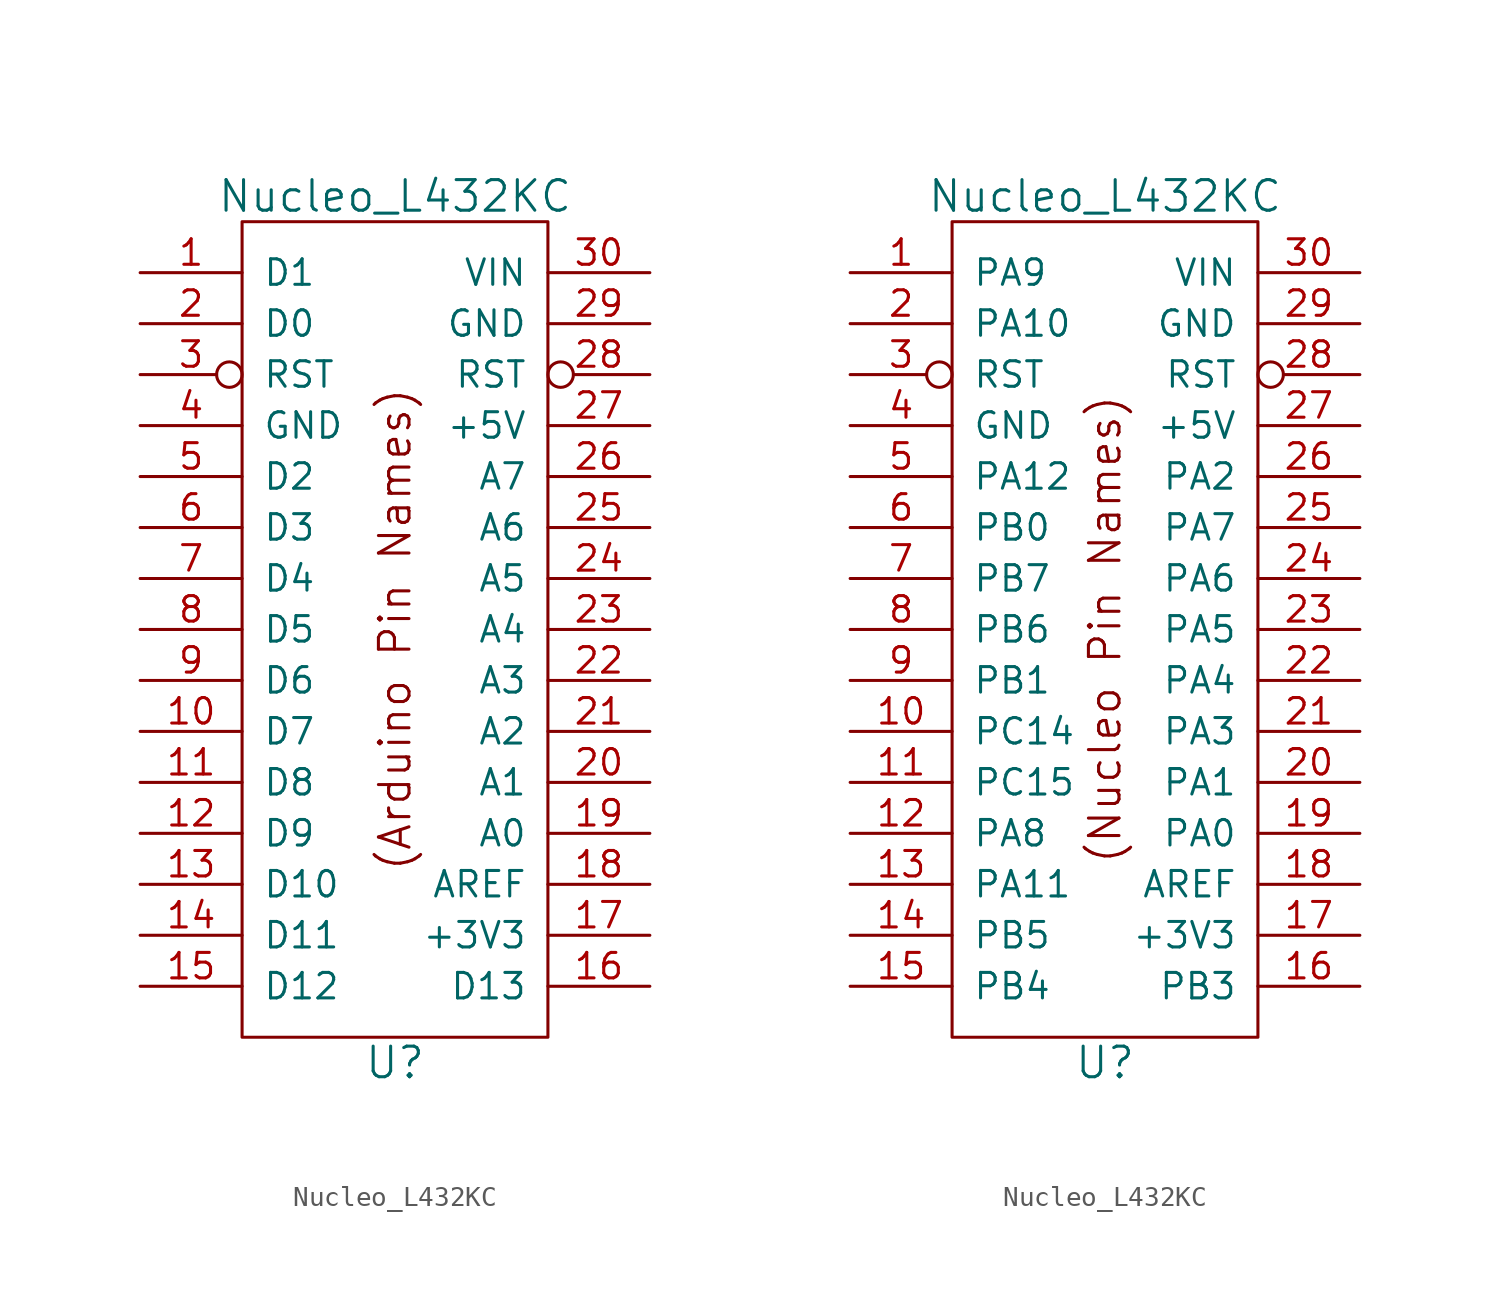
<source format=kicad_sym>
(kicad_symbol_lib
  (version 20220914)
  (generator kicad_symbol_editor)
  (symbol "Nucleo_L432KC"
    (pin_names
      (offset 1.016))
    (property "Reference" "U"
      (at 0 -21.59 0)
      (effects (font (size 1.524 1.524))))
    (property "Value" "Nucleo_L432KC"
      (at 0 21.59 0)
      (effects (font (size 1.524 1.524))))
    (symbol "Nucleo_L432KC_0_0"
      (rectangle (start -7.62 20.32) (end 7.62 -20.32) (stroke (width 0) (type solid)) (fill (type none))))
    (symbol "Nucleo_L432KC_0_1"
      (text "(Arduino Pin Names)" (at 0 0 900) (effects (font (size 1.524 1.524)))))
    (symbol "Nucleo_L432KC_0_2"
      (text "(Nucleo Pin Names)" (at 0 0 900) (effects (font (size 1.524 1.524)))))
    (symbol "Nucleo_L432KC_1_1"
      (pin bidirectional line (at -12.7 17.78 0) (length 5.08) (name "D1" (effects (font (size 1.27 1.27)))) (number "1" (effects (font (size 1.27 1.27)))))
      (pin bidirectional line (at -12.7 -5.08 0) (length 5.08) (name "D7" (effects (font (size 1.27 1.27)))) (number "10" (effects (font (size 1.27 1.27)))))
      (pin bidirectional line (at -12.7 -7.62 0) (length 5.08) (name "D8" (effects (font (size 1.27 1.27)))) (number "11" (effects (font (size 1.27 1.27)))))
      (pin bidirectional line (at -12.7 -10.16 0) (length 5.08) (name "D9" (effects (font (size 1.27 1.27)))) (number "12" (effects (font (size 1.27 1.27)))))
      (pin bidirectional line (at -12.7 -12.7 0) (length 5.08) (name "D10" (effects (font (size 1.27 1.27)))) (number "13" (effects (font (size 1.27 1.27)))))
      (pin bidirectional line (at -12.7 -15.24 0) (length 5.08) (name "D11" (effects (font (size 1.27 1.27)))) (number "14" (effects (font (size 1.27 1.27)))))
      (pin bidirectional line (at -12.7 -17.78 0) (length 5.08) (name "D12" (effects (font (size 1.27 1.27)))) (number "15" (effects (font (size 1.27 1.27)))))
      (pin bidirectional line (at 12.7 -17.78 180) (length 5.08) (name "D13" (effects (font (size 1.27 1.27)))) (number "16" (effects (font (size 1.27 1.27)))))
      (pin power_out line (at 12.7 -15.24 180) (length 5.08) (name "+3V3" (effects (font (size 1.27 1.27)))) (number "17" (effects (font (size 1.27 1.27)))))
      (pin input line (at 12.7 -12.7 180) (length 5.08) (name "AREF" (effects (font (size 1.27 1.27)))) (number "18" (effects (font (size 1.27 1.27)))))
      (pin bidirectional line (at 12.7 -10.16 180) (length 5.08) (name "A0" (effects (font (size 1.27 1.27)))) (number "19" (effects (font (size 1.27 1.27)))))
      (pin bidirectional line (at -12.7 15.24 0) (length 5.08) (name "D0" (effects (font (size 1.27 1.27)))) (number "2" (effects (font (size 1.27 1.27)))))
      (pin bidirectional line (at 12.7 -7.62 180) (length 5.08) (name "A1" (effects (font (size 1.27 1.27)))) (number "20" (effects (font (size 1.27 1.27)))))
      (pin bidirectional line (at 12.7 -5.08 180) (length 5.08) (name "A2" (effects (font (size 1.27 1.27)))) (number "21" (effects (font (size 1.27 1.27)))))
      (pin bidirectional line (at 12.7 -2.54 180) (length 5.08) (name "A3" (effects (font (size 1.27 1.27)))) (number "22" (effects (font (size 1.27 1.27)))))
      (pin bidirectional line (at 12.7 0 180) (length 5.08) (name "A4" (effects (font (size 1.27 1.27)))) (number "23" (effects (font (size 1.27 1.27)))))
      (pin bidirectional line (at 12.7 2.54 180) (length 5.08) (name "A5" (effects (font (size 1.27 1.27)))) (number "24" (effects (font (size 1.27 1.27)))))
      (pin bidirectional line (at 12.7 5.08 180) (length 5.08) (name "A6" (effects (font (size 1.27 1.27)))) (number "25" (effects (font (size 1.27 1.27)))))
      (pin bidirectional line (at 12.7 7.62 180) (length 5.08) (name "A7" (effects (font (size 1.27 1.27)))) (number "26" (effects (font (size 1.27 1.27)))))
      (pin power_out line (at 12.7 10.16 180) (length 5.08) (name "+5V" (effects (font (size 1.27 1.27)))) (number "27" (effects (font (size 1.27 1.27)))))
      (pin input inverted (at 12.7 12.7 180) (length 5.08) (name "RST" (effects (font (size 1.27 1.27)))) (number "28" (effects (font (size 1.27 1.27)))))
      (pin power_in line (at 12.7 15.24 180) (length 5.08) (name "GND" (effects (font (size 1.27 1.27)))) (number "29" (effects (font (size 1.27 1.27)))))
      (pin input inverted (at -12.7 12.7 0) (length 5.08) (name "RST" (effects (font (size 1.27 1.27)))) (number "3" (effects (font (size 1.27 1.27)))))
      (pin power_in line (at 12.7 17.78 180) (length 5.08) (name "VIN" (effects (font (size 1.27 1.27)))) (number "30" (effects (font (size 1.27 1.27)))))
      (pin power_in line (at -12.7 10.16 0) (length 5.08) (name "GND" (effects (font (size 1.27 1.27)))) (number "4" (effects (font (size 1.27 1.27)))))
      (pin bidirectional line (at -12.7 7.62 0) (length 5.08) (name "D2" (effects (font (size 1.27 1.27)))) (number "5" (effects (font (size 1.27 1.27)))))
      (pin bidirectional line (at -12.7 5.08 0) (length 5.08) (name "D3" (effects (font (size 1.27 1.27)))) (number "6" (effects (font (size 1.27 1.27)))))
      (pin bidirectional line (at -12.7 2.54 0) (length 5.08) (name "D4" (effects (font (size 1.27 1.27)))) (number "7" (effects (font (size 1.27 1.27)))))
      (pin bidirectional line (at -12.7 0 0) (length 5.08) (name "D5" (effects (font (size 1.27 1.27)))) (number "8" (effects (font (size 1.27 1.27)))))
      (pin bidirectional line (at -12.7 -2.54 0) (length 5.08) (name "D6" (effects (font (size 1.27 1.27)))) (number "9" (effects (font (size 1.27 1.27))))))
    (symbol "Nucleo_L432KC_1_2"
      (pin bidirectional line (at -12.7 17.78 0) (length 5.08) (name "PA9" (effects (font (size 1.27 1.27)))) (number "1" (effects (font (size 1.27 1.27)))))
      (pin bidirectional line (at -12.7 -5.08 0) (length 5.08) (name "PC14" (effects (font (size 1.27 1.27)))) (number "10" (effects (font (size 1.27 1.27)))))
      (pin bidirectional line (at -12.7 -7.62 0) (length 5.08) (name "PC15" (effects (font (size 1.27 1.27)))) (number "11" (effects (font (size 1.27 1.27)))))
      (pin bidirectional line (at -12.7 -10.16 0) (length 5.08) (name "PA8" (effects (font (size 1.27 1.27)))) (number "12" (effects (font (size 1.27 1.27)))))
      (pin bidirectional line (at -12.7 -12.7 0) (length 5.08) (name "PA11" (effects (font (size 1.27 1.27)))) (number "13" (effects (font (size 1.27 1.27)))))
      (pin bidirectional line (at -12.7 -15.24 0) (length 5.08) (name "PB5" (effects (font (size 1.27 1.27)))) (number "14" (effects (font (size 1.27 1.27)))))
      (pin bidirectional line (at -12.7 -17.78 0) (length 5.08) (name "PB4" (effects (font (size 1.27 1.27)))) (number "15" (effects (font (size 1.27 1.27)))))
      (pin bidirectional line (at 12.7 -17.78 180) (length 5.08) (name "PB3" (effects (font (size 1.27 1.27)))) (number "16" (effects (font (size 1.27 1.27)))))
      (pin power_out line (at 12.7 -15.24 180) (length 5.08) (name "+3V3" (effects (font (size 1.27 1.27)))) (number "17" (effects (font (size 1.27 1.27)))))
      (pin input line (at 12.7 -12.7 180) (length 5.08) (name "AREF" (effects (font (size 1.27 1.27)))) (number "18" (effects (font (size 1.27 1.27)))))
      (pin bidirectional line (at 12.7 -10.16 180) (length 5.08) (name "PA0" (effects (font (size 1.27 1.27)))) (number "19" (effects (font (size 1.27 1.27)))))
      (pin bidirectional line (at -12.7 15.24 0) (length 5.08) (name "PA10" (effects (font (size 1.27 1.27)))) (number "2" (effects (font (size 1.27 1.27)))))
      (pin bidirectional line (at 12.7 -7.62 180) (length 5.08) (name "PA1" (effects (font (size 1.27 1.27)))) (number "20" (effects (font (size 1.27 1.27)))))
      (pin bidirectional line (at 12.7 -5.08 180) (length 5.08) (name "PA3" (effects (font (size 1.27 1.27)))) (number "21" (effects (font (size 1.27 1.27)))))
      (pin bidirectional line (at 12.7 -2.54 180) (length 5.08) (name "PA4" (effects (font (size 1.27 1.27)))) (number "22" (effects (font (size 1.27 1.27)))))
      (pin bidirectional line (at 12.7 0 180) (length 5.08) (name "PA5" (effects (font (size 1.27 1.27)))) (number "23" (effects (font (size 1.27 1.27)))))
      (pin bidirectional line (at 12.7 2.54 180) (length 5.08) (name "PA6" (effects (font (size 1.27 1.27)))) (number "24" (effects (font (size 1.27 1.27)))))
      (pin bidirectional line (at 12.7 5.08 180) (length 5.08) (name "PA7" (effects (font (size 1.27 1.27)))) (number "25" (effects (font (size 1.27 1.27)))))
      (pin bidirectional line (at 12.7 7.62 180) (length 5.08) (name "PA2" (effects (font (size 1.27 1.27)))) (number "26" (effects (font (size 1.27 1.27)))))
      (pin power_out line (at 12.7 10.16 180) (length 5.08) (name "+5V" (effects (font (size 1.27 1.27)))) (number "27" (effects (font (size 1.27 1.27)))))
      (pin input inverted (at 12.7 12.7 180) (length 5.08) (name "RST" (effects (font (size 1.27 1.27)))) (number "28" (effects (font (size 1.27 1.27)))))
      (pin power_in line (at 12.7 15.24 180) (length 5.08) (name "GND" (effects (font (size 1.27 1.27)))) (number "29" (effects (font (size 1.27 1.27)))))
      (pin input inverted (at -12.7 12.7 0) (length 5.08) (name "RST" (effects (font (size 1.27 1.27)))) (number "3" (effects (font (size 1.27 1.27)))))
      (pin power_in line (at 12.7 17.78 180) (length 5.08) (name "VIN" (effects (font (size 1.27 1.27)))) (number "30" (effects (font (size 1.27 1.27)))))
      (pin power_in line (at -12.7 10.16 0) (length 5.08) (name "GND" (effects (font (size 1.27 1.27)))) (number "4" (effects (font (size 1.27 1.27)))))
      (pin bidirectional line (at -12.7 7.62 0) (length 5.08) (name "PA12" (effects (font (size 1.27 1.27)))) (number "5" (effects (font (size 1.27 1.27)))))
      (pin bidirectional line (at -12.7 5.08 0) (length 5.08) (name "PB0" (effects (font (size 1.27 1.27)))) (number "6" (effects (font (size 1.27 1.27)))))
      (pin bidirectional line (at -12.7 2.54 0) (length 5.08) (name "PB7" (effects (font (size 1.27 1.27)))) (number "7" (effects (font (size 1.27 1.27)))))
      (pin bidirectional line (at -12.7 0 0) (length 5.08) (name "PB6" (effects (font (size 1.27 1.27)))) (number "8" (effects (font (size 1.27 1.27)))))
      (pin bidirectional line (at -12.7 -2.54 0) (length 5.08) (name "PB1" (effects (font (size 1.27 1.27)))) (number "9" (effects (font (size 1.27 1.27))))))))
</source>
